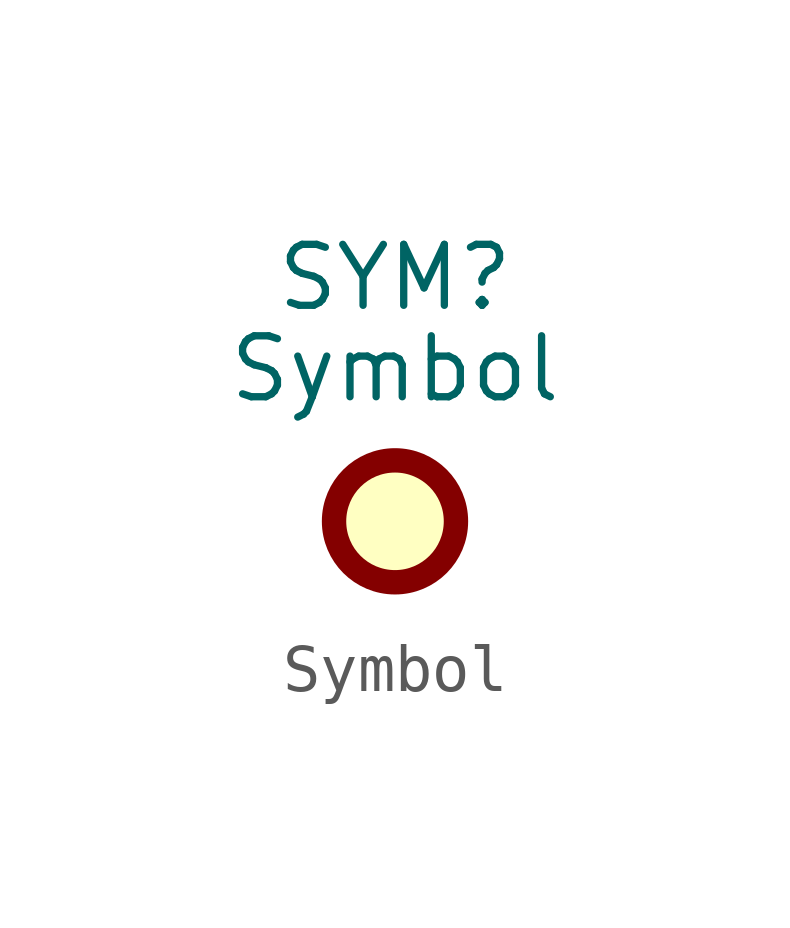
<source format=kicad_sym>
(kicad_symbol_lib
  (version 20231120)
  (generator "kicad_symbol_editor")
  (generator_version "8.0")
  (symbol "Symbol"
    (pin_names
      (offset 1.016))
    (property "Reference" "SYM"
      (at 0 5.08 0)
      (effects (font (size 1.27 1.27))))
    (property "Value" "Symbol"
      (at 0 3.175 0)
      (effects (font (size 1.27 1.27))))
    (symbol "Symbol_0_1"
      (circle (center 0 0) (radius 1.27) (stroke (width 0.508) (type solid)) (fill (type background))))))
</source>
